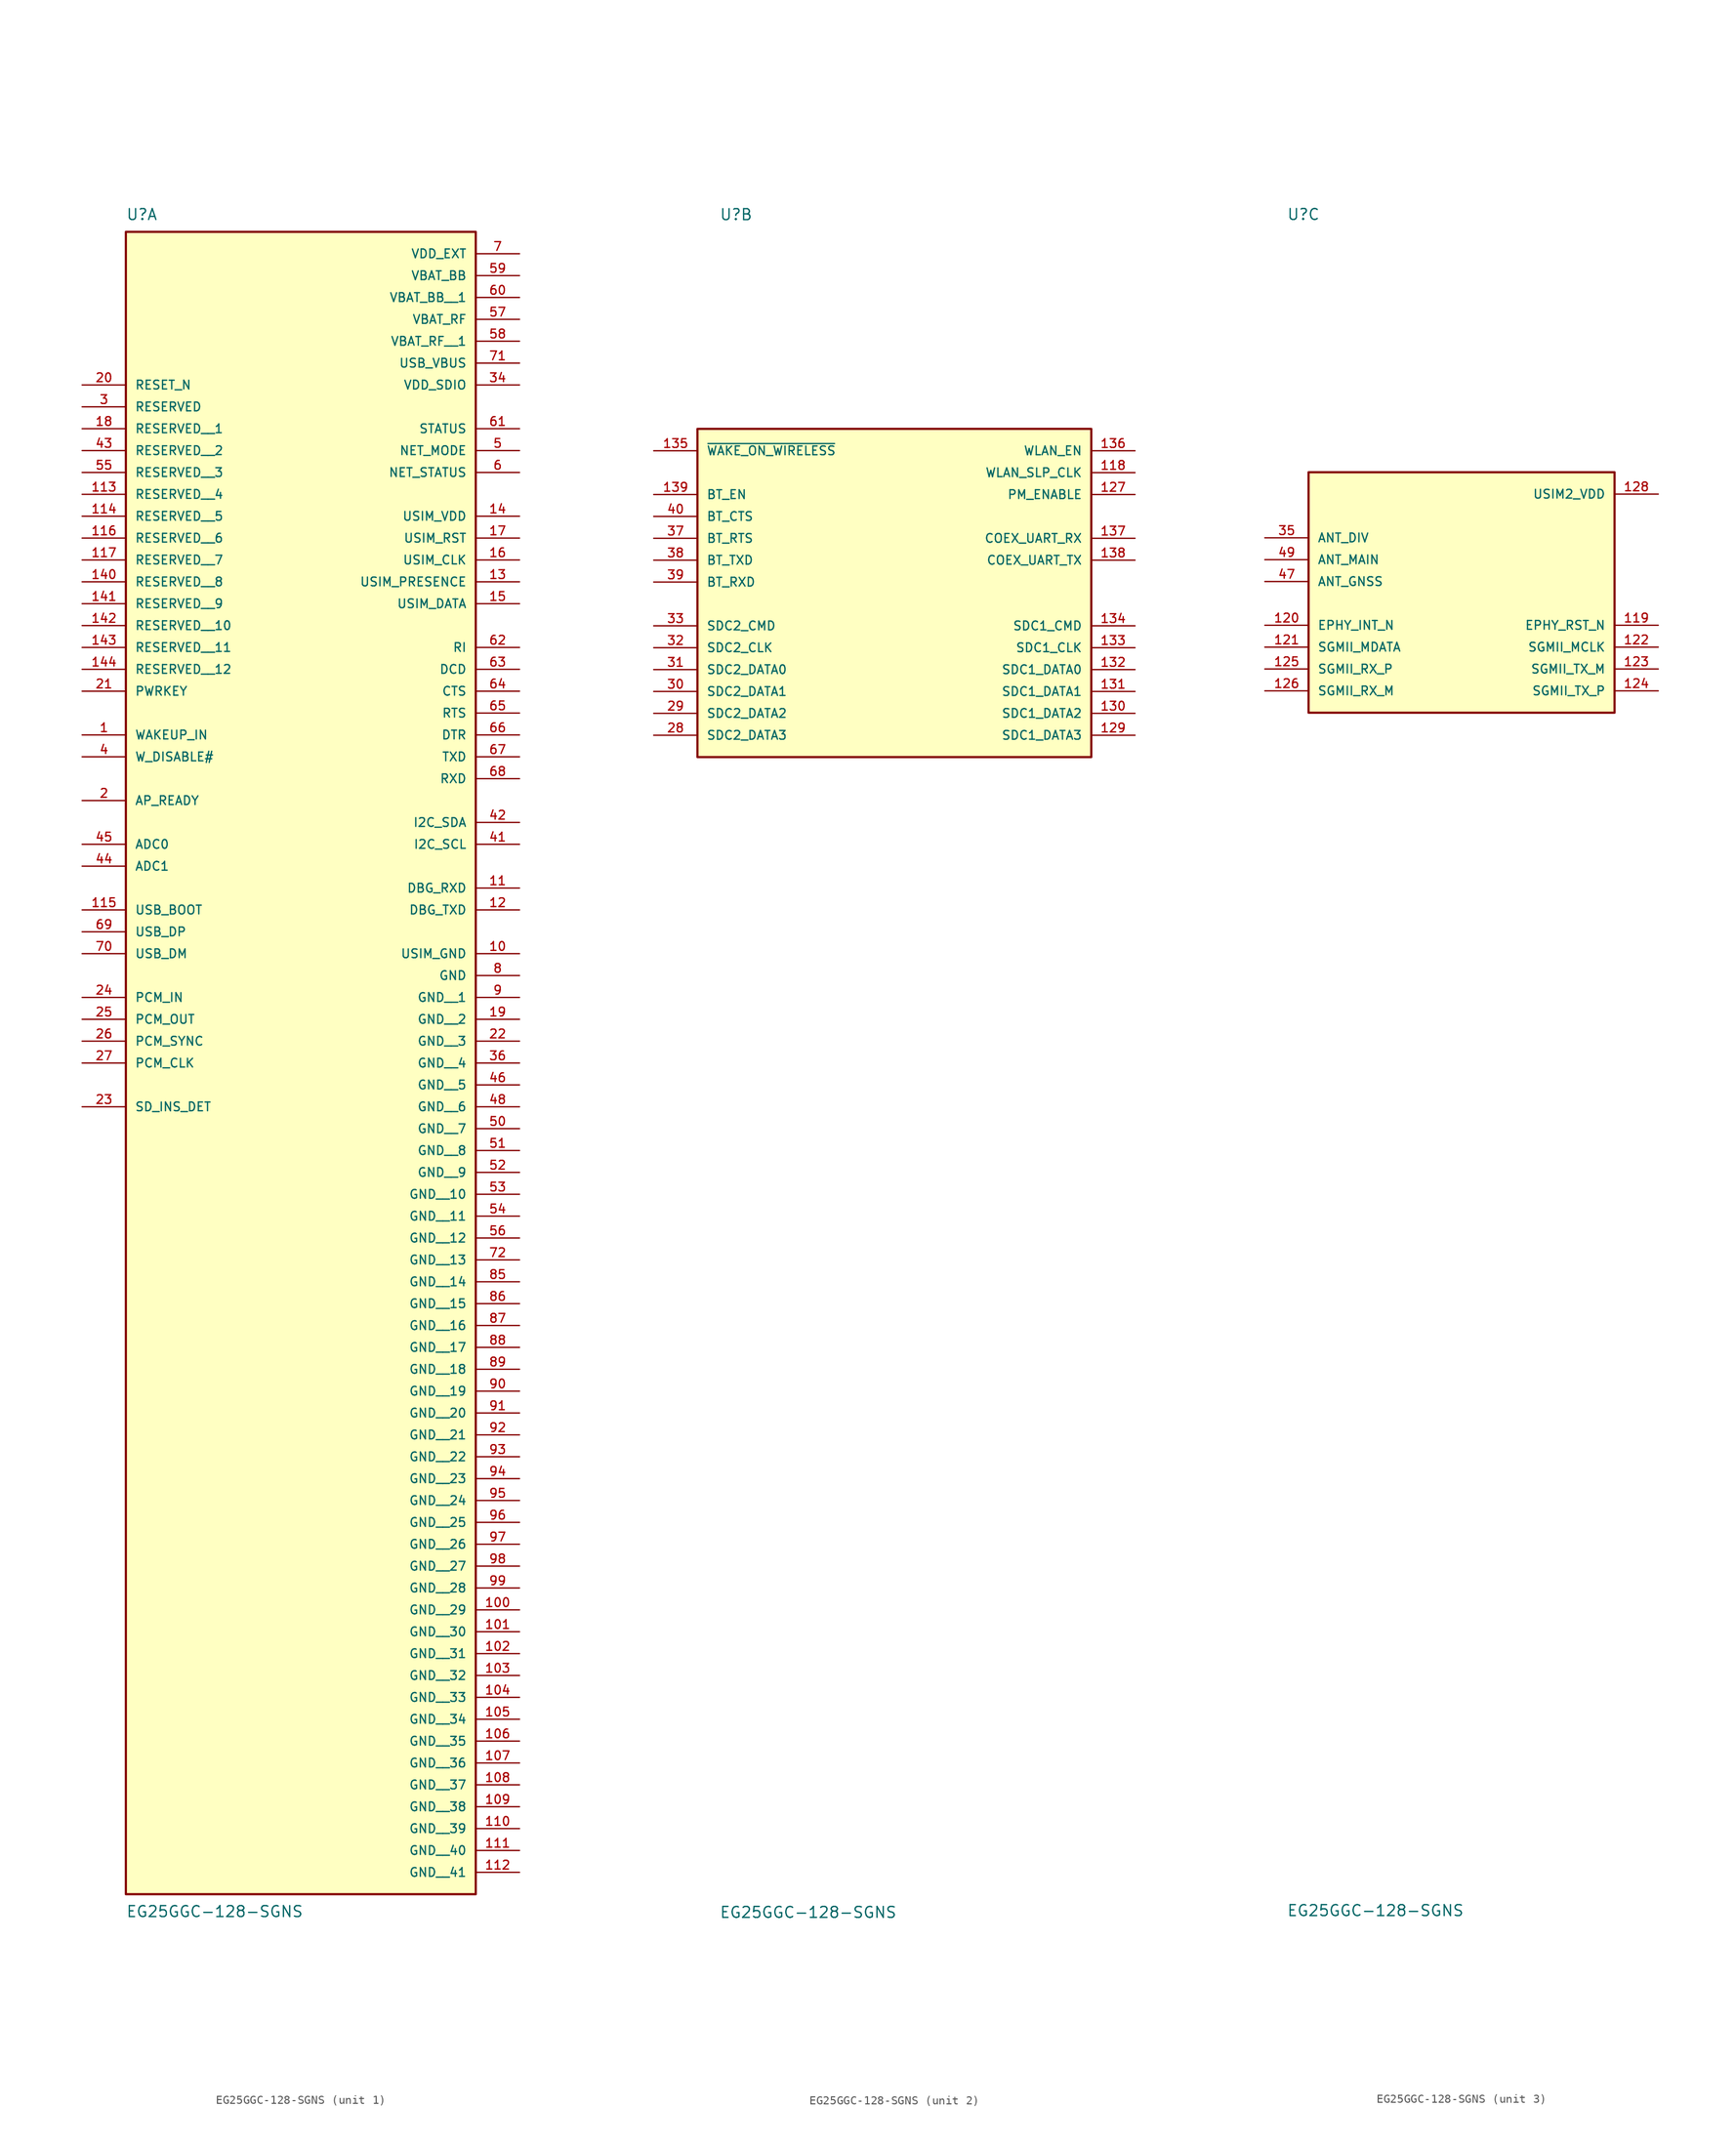
<source format=kicad_sym>
(kicad_symbol_lib
  (version 20211014)
  (generator kicad_symbol_editor)
  (symbol "EG25GGC-128-SGNS"
    (pin_names
      (offset 1.016))
    (property "Reference" "U"
      (at -20.32 41.91 0)
      (effects (font (size 1.27 1.27)) (justify bottom left)))
    (property "Value" "EG25GGC-128-SGNS"
      (at -20.32 -153.67 0)
      (effects (font (size 1.27 1.27)) (justify top left)))
    (symbol "EG25GGC-128-SGNS_1_0"
      (rectangle (start -20.32 -152.4) (end 20.32 40.64) (stroke (width 0.254)) (fill (type background)))
      (pin power_in line (at 25.4 35.56 180.0) (length 5.08) (name "VBAT_BB" (effects (font (size 1.016 1.016)))) (number "59" (effects (font (size 1.016 1.016)))))
      (pin power_in line (at 25.4 30.48 180.0) (length 5.08) (name "VBAT_RF" (effects (font (size 1.016 1.016)))) (number "57" (effects (font (size 1.016 1.016)))))
      (pin power_in line (at 25.4 38.1 180.0) (length 5.08) (name "VDD_EXT" (effects (font (size 1.016 1.016)))) (number "7" (effects (font (size 1.016 1.016)))))
      (pin power_in line (at 25.4 -45.72 180.0) (length 5.08) (name "GND" (effects (font (size 1.016 1.016)))) (number "8" (effects (font (size 1.016 1.016)))))
      (pin input line (at -25.4 -12.7 0) (length 5.08) (name "PWRKEY" (effects (font (size 1.016 1.016)))) (number "21" (effects (font (size 1.016 1.016)))))
      (pin input line (at -25.4 22.86 0) (length 5.08) (name "RESET_N" (effects (font (size 1.016 1.016)))) (number "20" (effects (font (size 1.016 1.016)))))
      (pin output line (at 25.4 17.78 180.0) (length 5.08) (name "STATUS" (effects (font (size 1.016 1.016)))) (number "61" (effects (font (size 1.016 1.016)))))
      (pin output line (at 25.4 15.24 180.0) (length 5.08) (name "NET_MODE" (effects (font (size 1.016 1.016)))) (number "5" (effects (font (size 1.016 1.016)))))
      (pin output line (at 25.4 12.7 180.0) (length 5.08) (name "NET_STATUS" (effects (font (size 1.016 1.016)))) (number "6" (effects (font (size 1.016 1.016)))))
      (pin power_in line (at 25.4 25.4 180.0) (length 5.08) (name "USB_VBUS" (effects (font (size 1.016 1.016)))) (number "71" (effects (font (size 1.016 1.016)))))
      (pin bidirectional line (at -25.4 -40.64 0) (length 5.08) (name "USB_DP" (effects (font (size 1.016 1.016)))) (number "69" (effects (font (size 1.016 1.016)))))
      (pin bidirectional line (at -25.4 -43.18 0) (length 5.08) (name "USB_DM" (effects (font (size 1.016 1.016)))) (number "70" (effects (font (size 1.016 1.016)))))
      (pin power_in line (at 25.4 -43.18 180.0) (length 5.08) (name "USIM_GND" (effects (font (size 1.016 1.016)))) (number "10" (effects (font (size 1.016 1.016)))))
      (pin output line (at 25.4 7.62 180.0) (length 5.08) (name "USIM_VDD" (effects (font (size 1.016 1.016)))) (number "14" (effects (font (size 1.016 1.016)))))
      (pin bidirectional line (at 25.4 -2.54 180.0) (length 5.08) (name "USIM_DATA" (effects (font (size 1.016 1.016)))) (number "15" (effects (font (size 1.016 1.016)))))
      (pin output line (at 25.4 2.54 180.0) (length 5.08) (name "USIM_CLK" (effects (font (size 1.016 1.016)))) (number "16" (effects (font (size 1.016 1.016)))))
      (pin output line (at 25.4 5.08 180.0) (length 5.08) (name "USIM_RST" (effects (font (size 1.016 1.016)))) (number "17" (effects (font (size 1.016 1.016)))))
      (pin input line (at 25.4 0.0 180.0) (length 5.08) (name "USIM_PRESENCE" (effects (font (size 1.016 1.016)))) (number "13" (effects (font (size 1.016 1.016)))))
      (pin output line (at 25.4 -7.62 180.0) (length 5.08) (name "RI" (effects (font (size 1.016 1.016)))) (number "62" (effects (font (size 1.016 1.016)))))
      (pin output line (at 25.4 -10.16 180.0) (length 5.08) (name "DCD" (effects (font (size 1.016 1.016)))) (number "63" (effects (font (size 1.016 1.016)))))
      (pin output line (at 25.4 -12.7 180.0) (length 5.08) (name "CTS" (effects (font (size 1.016 1.016)))) (number "64" (effects (font (size 1.016 1.016)))))
      (pin input line (at 25.4 -15.24 180.0) (length 5.08) (name "RTS" (effects (font (size 1.016 1.016)))) (number "65" (effects (font (size 1.016 1.016)))))
      (pin input line (at 25.4 -17.78 180.0) (length 5.08) (name "DTR" (effects (font (size 1.016 1.016)))) (number "66" (effects (font (size 1.016 1.016)))))
      (pin output line (at 25.4 -20.32 180.0) (length 5.08) (name "TXD" (effects (font (size 1.016 1.016)))) (number "67" (effects (font (size 1.016 1.016)))))
      (pin input line (at 25.4 -22.86 180.0) (length 5.08) (name "RXD" (effects (font (size 1.016 1.016)))) (number "68" (effects (font (size 1.016 1.016)))))
      (pin output line (at 25.4 -38.1 180.0) (length 5.08) (name "DBG_TXD" (effects (font (size 1.016 1.016)))) (number "12" (effects (font (size 1.016 1.016)))))
      (pin input line (at 25.4 -35.56 180.0) (length 5.08) (name "DBG_RXD" (effects (font (size 1.016 1.016)))) (number "11" (effects (font (size 1.016 1.016)))))
      (pin input line (at -25.4 -30.48 0) (length 5.08) (name "ADC0" (effects (font (size 1.016 1.016)))) (number "45" (effects (font (size 1.016 1.016)))))
      (pin input line (at -25.4 -33.02 0) (length 5.08) (name "ADC1" (effects (font (size 1.016 1.016)))) (number "44" (effects (font (size 1.016 1.016)))))
      (pin input line (at -25.4 -48.26 0) (length 5.08) (name "PCM_IN" (effects (font (size 1.016 1.016)))) (number "24" (effects (font (size 1.016 1.016)))))
      (pin output line (at -25.4 -50.8 0) (length 5.08) (name "PCM_OUT" (effects (font (size 1.016 1.016)))) (number "25" (effects (font (size 1.016 1.016)))))
      (pin bidirectional line (at -25.4 -53.34 0) (length 5.08) (name "PCM_SYNC" (effects (font (size 1.016 1.016)))) (number "26" (effects (font (size 1.016 1.016)))))
      (pin bidirectional line (at -25.4 -55.88 0) (length 5.08) (name "PCM_CLK" (effects (font (size 1.016 1.016)))) (number "27" (effects (font (size 1.016 1.016)))))
      (pin output line (at 25.4 -30.48 180.0) (length 5.08) (name "I2C_SCL" (effects (font (size 1.016 1.016)))) (number "41" (effects (font (size 1.016 1.016)))))
      (pin output line (at 25.4 -27.94 180.0) (length 5.08) (name "I2C_SDA" (effects (font (size 1.016 1.016)))) (number "42" (effects (font (size 1.016 1.016)))))
      (pin input line (at -25.4 -60.96 0) (length 5.08) (name "SD_INS_DET" (effects (font (size 1.016 1.016)))) (number "23" (effects (font (size 1.016 1.016)))))
      (pin output line (at 25.4 22.86 180.0) (length 5.08) (name "VDD_SDIO" (effects (font (size 1.016 1.016)))) (number "34" (effects (font (size 1.016 1.016)))))
      (pin input line (at -25.4 -17.78 0) (length 5.08) (name "WAKEUP_IN" (effects (font (size 1.016 1.016)))) (number "1" (effects (font (size 1.016 1.016)))))
      (pin input line (at -25.4 -20.32 0) (length 5.08) (name "W_DISABLE#" (effects (font (size 1.016 1.016)))) (number "4" (effects (font (size 1.016 1.016)))))
      (pin input line (at -25.4 -25.4 0) (length 5.08) (name "AP_READY" (effects (font (size 1.016 1.016)))) (number "2" (effects (font (size 1.016 1.016)))))
      (pin input line (at -25.4 -38.1 0) (length 5.08) (name "USB_BOOT" (effects (font (size 1.016 1.016)))) (number "115" (effects (font (size 1.016 1.016)))))
      (pin bidirectional line (at -25.4 20.32 0) (length 5.08) (name "RESERVED" (effects (font (size 1.016 1.016)))) (number "3" (effects (font (size 1.016 1.016)))))
      (pin bidirectional line (at -25.4 17.78 0) (length 5.08) (name "RESERVED__1" (effects (font (size 1.016 1.016)))) (number "18" (effects (font (size 1.016 1.016)))))
      (pin bidirectional line (at -25.4 15.24 0) (length 5.08) (name "RESERVED__2" (effects (font (size 1.016 1.016)))) (number "43" (effects (font (size 1.016 1.016)))))
      (pin bidirectional line (at -25.4 12.7 0) (length 5.08) (name "RESERVED__3" (effects (font (size 1.016 1.016)))) (number "55" (effects (font (size 1.016 1.016)))))
      (pin bidirectional line (at -25.4 10.16 0) (length 5.08) (name "RESERVED__4" (effects (font (size 1.016 1.016)))) (number "113" (effects (font (size 1.016 1.016)))))
      (pin bidirectional line (at -25.4 7.62 0) (length 5.08) (name "RESERVED__5" (effects (font (size 1.016 1.016)))) (number "114" (effects (font (size 1.016 1.016)))))
      (pin bidirectional line (at -25.4 5.08 0) (length 5.08) (name "RESERVED__6" (effects (font (size 1.016 1.016)))) (number "116" (effects (font (size 1.016 1.016)))))
      (pin bidirectional line (at -25.4 2.54 0) (length 5.08) (name "RESERVED__7" (effects (font (size 1.016 1.016)))) (number "117" (effects (font (size 1.016 1.016)))))
      (pin bidirectional line (at -25.4 0.0 0) (length 5.08) (name "RESERVED__8" (effects (font (size 1.016 1.016)))) (number "140" (effects (font (size 1.016 1.016)))))
      (pin bidirectional line (at -25.4 -2.54 0) (length 5.08) (name "RESERVED__9" (effects (font (size 1.016 1.016)))) (number "141" (effects (font (size 1.016 1.016)))))
      (pin bidirectional line (at -25.4 -5.08 0) (length 5.08) (name "RESERVED__10" (effects (font (size 1.016 1.016)))) (number "142" (effects (font (size 1.016 1.016)))))
      (pin bidirectional line (at -25.4 -7.62 0) (length 5.08) (name "RESERVED__11" (effects (font (size 1.016 1.016)))) (number "143" (effects (font (size 1.016 1.016)))))
      (pin bidirectional line (at -25.4 -10.16 0) (length 5.08) (name "RESERVED__12" (effects (font (size 1.016 1.016)))) (number "144" (effects (font (size 1.016 1.016)))))
      (pin power_in line (at 25.4 33.02 180.0) (length 5.08) (name "VBAT_BB__1" (effects (font (size 1.016 1.016)))) (number "60" (effects (font (size 1.016 1.016)))))
      (pin power_in line (at 25.4 27.94 180.0) (length 5.08) (name "VBAT_RF__1" (effects (font (size 1.016 1.016)))) (number "58" (effects (font (size 1.016 1.016)))))
      (pin power_in line (at 25.4 -48.26 180.0) (length 5.08) (name "GND__1" (effects (font (size 1.016 1.016)))) (number "9" (effects (font (size 1.016 1.016)))))
      (pin power_in line (at 25.4 -50.8 180.0) (length 5.08) (name "GND__2" (effects (font (size 1.016 1.016)))) (number "19" (effects (font (size 1.016 1.016)))))
      (pin power_in line (at 25.4 -53.34 180.0) (length 5.08) (name "GND__3" (effects (font (size 1.016 1.016)))) (number "22" (effects (font (size 1.016 1.016)))))
      (pin power_in line (at 25.4 -55.88 180.0) (length 5.08) (name "GND__4" (effects (font (size 1.016 1.016)))) (number "36" (effects (font (size 1.016 1.016)))))
      (pin power_in line (at 25.4 -58.42 180.0) (length 5.08) (name "GND__5" (effects (font (size 1.016 1.016)))) (number "46" (effects (font (size 1.016 1.016)))))
      (pin power_in line (at 25.4 -60.96 180.0) (length 5.08) (name "GND__6" (effects (font (size 1.016 1.016)))) (number "48" (effects (font (size 1.016 1.016)))))
      (pin power_in line (at 25.4 -63.5 180.0) (length 5.08) (name "GND__7" (effects (font (size 1.016 1.016)))) (number "50" (effects (font (size 1.016 1.016)))))
      (pin power_in line (at 25.4 -66.04 180.0) (length 5.08) (name "GND__8" (effects (font (size 1.016 1.016)))) (number "51" (effects (font (size 1.016 1.016)))))
      (pin power_in line (at 25.4 -68.58 180.0) (length 5.08) (name "GND__9" (effects (font (size 1.016 1.016)))) (number "52" (effects (font (size 1.016 1.016)))))
      (pin power_in line (at 25.4 -71.12 180.0) (length 5.08) (name "GND__10" (effects (font (size 1.016 1.016)))) (number "53" (effects (font (size 1.016 1.016)))))
      (pin power_in line (at 25.4 -73.66 180.0) (length 5.08) (name "GND__11" (effects (font (size 1.016 1.016)))) (number "54" (effects (font (size 1.016 1.016)))))
      (pin power_in line (at 25.4 -76.2 180.0) (length 5.08) (name "GND__12" (effects (font (size 1.016 1.016)))) (number "56" (effects (font (size 1.016 1.016)))))
      (pin power_in line (at 25.4 -78.74 180.0) (length 5.08) (name "GND__13" (effects (font (size 1.016 1.016)))) (number "72" (effects (font (size 1.016 1.016)))))
      (pin power_in line (at 25.4 -81.28 180.0) (length 5.08) (name "GND__14" (effects (font (size 1.016 1.016)))) (number "85" (effects (font (size 1.016 1.016)))))
      (pin power_in line (at 25.4 -83.82 180.0) (length 5.08) (name "GND__15" (effects (font (size 1.016 1.016)))) (number "86" (effects (font (size 1.016 1.016)))))
      (pin power_in line (at 25.4 -86.36 180.0) (length 5.08) (name "GND__16" (effects (font (size 1.016 1.016)))) (number "87" (effects (font (size 1.016 1.016)))))
      (pin power_in line (at 25.4 -88.9 180.0) (length 5.08) (name "GND__17" (effects (font (size 1.016 1.016)))) (number "88" (effects (font (size 1.016 1.016)))))
      (pin power_in line (at 25.4 -91.44 180.0) (length 5.08) (name "GND__18" (effects (font (size 1.016 1.016)))) (number "89" (effects (font (size 1.016 1.016)))))
      (pin power_in line (at 25.4 -93.98 180.0) (length 5.08) (name "GND__19" (effects (font (size 1.016 1.016)))) (number "90" (effects (font (size 1.016 1.016)))))
      (pin power_in line (at 25.4 -96.52 180.0) (length 5.08) (name "GND__20" (effects (font (size 1.016 1.016)))) (number "91" (effects (font (size 1.016 1.016)))))
      (pin power_in line (at 25.4 -99.06 180.0) (length 5.08) (name "GND__21" (effects (font (size 1.016 1.016)))) (number "92" (effects (font (size 1.016 1.016)))))
      (pin power_in line (at 25.4 -101.6 180.0) (length 5.08) (name "GND__22" (effects (font (size 1.016 1.016)))) (number "93" (effects (font (size 1.016 1.016)))))
      (pin power_in line (at 25.4 -104.14 180.0) (length 5.08) (name "GND__23" (effects (font (size 1.016 1.016)))) (number "94" (effects (font (size 1.016 1.016)))))
      (pin power_in line (at 25.4 -106.68 180.0) (length 5.08) (name "GND__24" (effects (font (size 1.016 1.016)))) (number "95" (effects (font (size 1.016 1.016)))))
      (pin power_in line (at 25.4 -109.22 180.0) (length 5.08) (name "GND__25" (effects (font (size 1.016 1.016)))) (number "96" (effects (font (size 1.016 1.016)))))
      (pin power_in line (at 25.4 -111.76 180.0) (length 5.08) (name "GND__26" (effects (font (size 1.016 1.016)))) (number "97" (effects (font (size 1.016 1.016)))))
      (pin power_in line (at 25.4 -114.3 180.0) (length 5.08) (name "GND__27" (effects (font (size 1.016 1.016)))) (number "98" (effects (font (size 1.016 1.016)))))
      (pin power_in line (at 25.4 -116.84 180.0) (length 5.08) (name "GND__28" (effects (font (size 1.016 1.016)))) (number "99" (effects (font (size 1.016 1.016)))))
      (pin power_in line (at 25.4 -119.38 180.0) (length 5.08) (name "GND__29" (effects (font (size 1.016 1.016)))) (number "100" (effects (font (size 1.016 1.016)))))
      (pin power_in line (at 25.4 -121.92 180.0) (length 5.08) (name "GND__30" (effects (font (size 1.016 1.016)))) (number "101" (effects (font (size 1.016 1.016)))))
      (pin power_in line (at 25.4 -124.46 180.0) (length 5.08) (name "GND__31" (effects (font (size 1.016 1.016)))) (number "102" (effects (font (size 1.016 1.016)))))
      (pin power_in line (at 25.4 -127.0 180.0) (length 5.08) (name "GND__32" (effects (font (size 1.016 1.016)))) (number "103" (effects (font (size 1.016 1.016)))))
      (pin power_in line (at 25.4 -129.54 180.0) (length 5.08) (name "GND__33" (effects (font (size 1.016 1.016)))) (number "104" (effects (font (size 1.016 1.016)))))
      (pin power_in line (at 25.4 -132.08 180.0) (length 5.08) (name "GND__34" (effects (font (size 1.016 1.016)))) (number "105" (effects (font (size 1.016 1.016)))))
      (pin power_in line (at 25.4 -134.62 180.0) (length 5.08) (name "GND__35" (effects (font (size 1.016 1.016)))) (number "106" (effects (font (size 1.016 1.016)))))
      (pin power_in line (at 25.4 -137.16 180.0) (length 5.08) (name "GND__36" (effects (font (size 1.016 1.016)))) (number "107" (effects (font (size 1.016 1.016)))))
      (pin power_in line (at 25.4 -139.7 180.0) (length 5.08) (name "GND__37" (effects (font (size 1.016 1.016)))) (number "108" (effects (font (size 1.016 1.016)))))
      (pin power_in line (at 25.4 -142.24 180.0) (length 5.08) (name "GND__38" (effects (font (size 1.016 1.016)))) (number "109" (effects (font (size 1.016 1.016)))))
      (pin power_in line (at 25.4 -144.78 180.0) (length 5.08) (name "GND__39" (effects (font (size 1.016 1.016)))) (number "110" (effects (font (size 1.016 1.016)))))
      (pin power_in line (at 25.4 -147.32 180.0) (length 5.08) (name "GND__40" (effects (font (size 1.016 1.016)))) (number "111" (effects (font (size 1.016 1.016)))))
      (pin power_in line (at 25.4 -149.86 180.0) (length 5.08) (name "GND__41" (effects (font (size 1.016 1.016)))) (number "112" (effects (font (size 1.016 1.016))))))
    (symbol "EG25GGC-128-SGNS_2_0"
      (rectangle (start -22.86 -20.32) (end 22.86 17.78) (stroke (width 0.254)) (fill (type background)))
      (pin bidirectional line (at -27.94 -17.78 0) (length 5.08) (name "SDC2_DATA3" (effects (font (size 1.016 1.016)))) (number "28" (effects (font (size 1.016 1.016)))))
      (pin bidirectional line (at -27.94 -15.24 0) (length 5.08) (name "SDC2_DATA2" (effects (font (size 1.016 1.016)))) (number "29" (effects (font (size 1.016 1.016)))))
      (pin bidirectional line (at -27.94 -12.7 0) (length 5.08) (name "SDC2_DATA1" (effects (font (size 1.016 1.016)))) (number "30" (effects (font (size 1.016 1.016)))))
      (pin bidirectional line (at -27.94 -10.16 0) (length 5.08) (name "SDC2_DATA0" (effects (font (size 1.016 1.016)))) (number "31" (effects (font (size 1.016 1.016)))))
      (pin output line (at -27.94 -7.62 0) (length 5.08) (name "SDC2_CLK" (effects (font (size 1.016 1.016)))) (number "32" (effects (font (size 1.016 1.016)))))
      (pin bidirectional line (at -27.94 -5.08 0) (length 5.08) (name "SDC2_CMD" (effects (font (size 1.016 1.016)))) (number "33" (effects (font (size 1.016 1.016)))))
      (pin output line (at 27.94 12.7 180.0) (length 5.08) (name "WLAN_SLP_CLK" (effects (font (size 1.016 1.016)))) (number "118" (effects (font (size 1.016 1.016)))))
      (pin output line (at 27.94 10.16 180.0) (length 5.08) (name "PM_ENABLE" (effects (font (size 1.016 1.016)))) (number "127" (effects (font (size 1.016 1.016)))))
      (pin bidirectional line (at 27.94 -17.78 180.0) (length 5.08) (name "SDC1_DATA3" (effects (font (size 1.016 1.016)))) (number "129" (effects (font (size 1.016 1.016)))))
      (pin bidirectional line (at 27.94 -15.24 180.0) (length 5.08) (name "SDC1_DATA2" (effects (font (size 1.016 1.016)))) (number "130" (effects (font (size 1.016 1.016)))))
      (pin bidirectional line (at 27.94 -12.7 180.0) (length 5.08) (name "SDC1_DATA1" (effects (font (size 1.016 1.016)))) (number "131" (effects (font (size 1.016 1.016)))))
      (pin bidirectional line (at 27.94 -10.16 180.0) (length 5.08) (name "SDC1_DATA0" (effects (font (size 1.016 1.016)))) (number "132" (effects (font (size 1.016 1.016)))))
      (pin output line (at 27.94 -7.62 180.0) (length 5.08) (name "SDC1_CLK" (effects (font (size 1.016 1.016)))) (number "133" (effects (font (size 1.016 1.016)))))
      (pin output line (at 27.94 -5.08 180.0) (length 5.08) (name "SDC1_CMD" (effects (font (size 1.016 1.016)))) (number "134" (effects (font (size 1.016 1.016)))))
      (pin input line (at -27.94 15.24 0) (length 5.08) (name "~{WAKE_ON_WIRELESS}" (effects (font (size 1.016 1.016)))) (number "135" (effects (font (size 1.016 1.016)))))
      (pin output line (at 27.94 15.24 180.0) (length 5.08) (name "WLAN_EN" (effects (font (size 1.016 1.016)))) (number "136" (effects (font (size 1.016 1.016)))))
      (pin input line (at 27.94 5.08 180.0) (length 5.08) (name "COEX_UART_RX" (effects (font (size 1.016 1.016)))) (number "137" (effects (font (size 1.016 1.016)))))
      (pin output line (at 27.94 2.54 180.0) (length 5.08) (name "COEX_UART_TX" (effects (font (size 1.016 1.016)))) (number "138" (effects (font (size 1.016 1.016)))))
      (pin input line (at -27.94 5.08 0) (length 5.08) (name "BT_RTS" (effects (font (size 1.016 1.016)))) (number "37" (effects (font (size 1.016 1.016)))))
      (pin output line (at -27.94 2.54 0) (length 5.08) (name "BT_TXD" (effects (font (size 1.016 1.016)))) (number "38" (effects (font (size 1.016 1.016)))))
      (pin input line (at -27.94 0.0 0) (length 5.08) (name "BT_RXD" (effects (font (size 1.016 1.016)))) (number "39" (effects (font (size 1.016 1.016)))))
      (pin output line (at -27.94 7.62 0) (length 5.08) (name "BT_CTS" (effects (font (size 1.016 1.016)))) (number "40" (effects (font (size 1.016 1.016)))))
      (pin output line (at -27.94 10.16 0) (length 5.08) (name "BT_EN" (effects (font (size 1.016 1.016)))) (number "139" (effects (font (size 1.016 1.016))))))
    (symbol "EG25GGC-128-SGNS_3_0"
      (rectangle (start -17.78 -15.24) (end 17.78 12.7) (stroke (width 0.254)) (fill (type background)))
      (pin output line (at 22.86 -5.08 180.0) (length 5.08) (name "EPHY_RST_N" (effects (font (size 1.016 1.016)))) (number "119" (effects (font (size 1.016 1.016)))))
      (pin input line (at -22.86 -5.08 0) (length 5.08) (name "EPHY_INT_N" (effects (font (size 1.016 1.016)))) (number "120" (effects (font (size 1.016 1.016)))))
      (pin bidirectional line (at -22.86 -7.62 0) (length 5.08) (name "SGMII_MDATA" (effects (font (size 1.016 1.016)))) (number "121" (effects (font (size 1.016 1.016)))))
      (pin output line (at 22.86 -7.62 180.0) (length 5.08) (name "SGMII_MCLK" (effects (font (size 1.016 1.016)))) (number "122" (effects (font (size 1.016 1.016)))))
      (pin output line (at 22.86 -10.16 180.0) (length 5.08) (name "SGMII_TX_M" (effects (font (size 1.016 1.016)))) (number "123" (effects (font (size 1.016 1.016)))))
      (pin output line (at 22.86 -12.7 180.0) (length 5.08) (name "SGMII_TX_P" (effects (font (size 1.016 1.016)))) (number "124" (effects (font (size 1.016 1.016)))))
      (pin input line (at -22.86 -10.16 0) (length 5.08) (name "SGMII_RX_P" (effects (font (size 1.016 1.016)))) (number "125" (effects (font (size 1.016 1.016)))))
      (pin input line (at -22.86 -12.7 0) (length 5.08) (name "SGMII_RX_M" (effects (font (size 1.016 1.016)))) (number "126" (effects (font (size 1.016 1.016)))))
      (pin output line (at 22.86 10.16 180.0) (length 5.08) (name "USIM2_VDD" (effects (font (size 1.016 1.016)))) (number "128" (effects (font (size 1.016 1.016)))))
      (pin input line (at -22.86 5.08 0) (length 5.08) (name "ANT_DIV" (effects (font (size 1.016 1.016)))) (number "35" (effects (font (size 1.016 1.016)))))
      (pin output line (at -22.86 2.54 0) (length 5.08) (name "ANT_MAIN" (effects (font (size 1.016 1.016)))) (number "49" (effects (font (size 1.016 1.016)))))
      (pin input line (at -22.86 0.0 0) (length 5.08) (name "ANT_GNSS" (effects (font (size 1.016 1.016)))) (number "47" (effects (font (size 1.016 1.016))))))))
</source>
